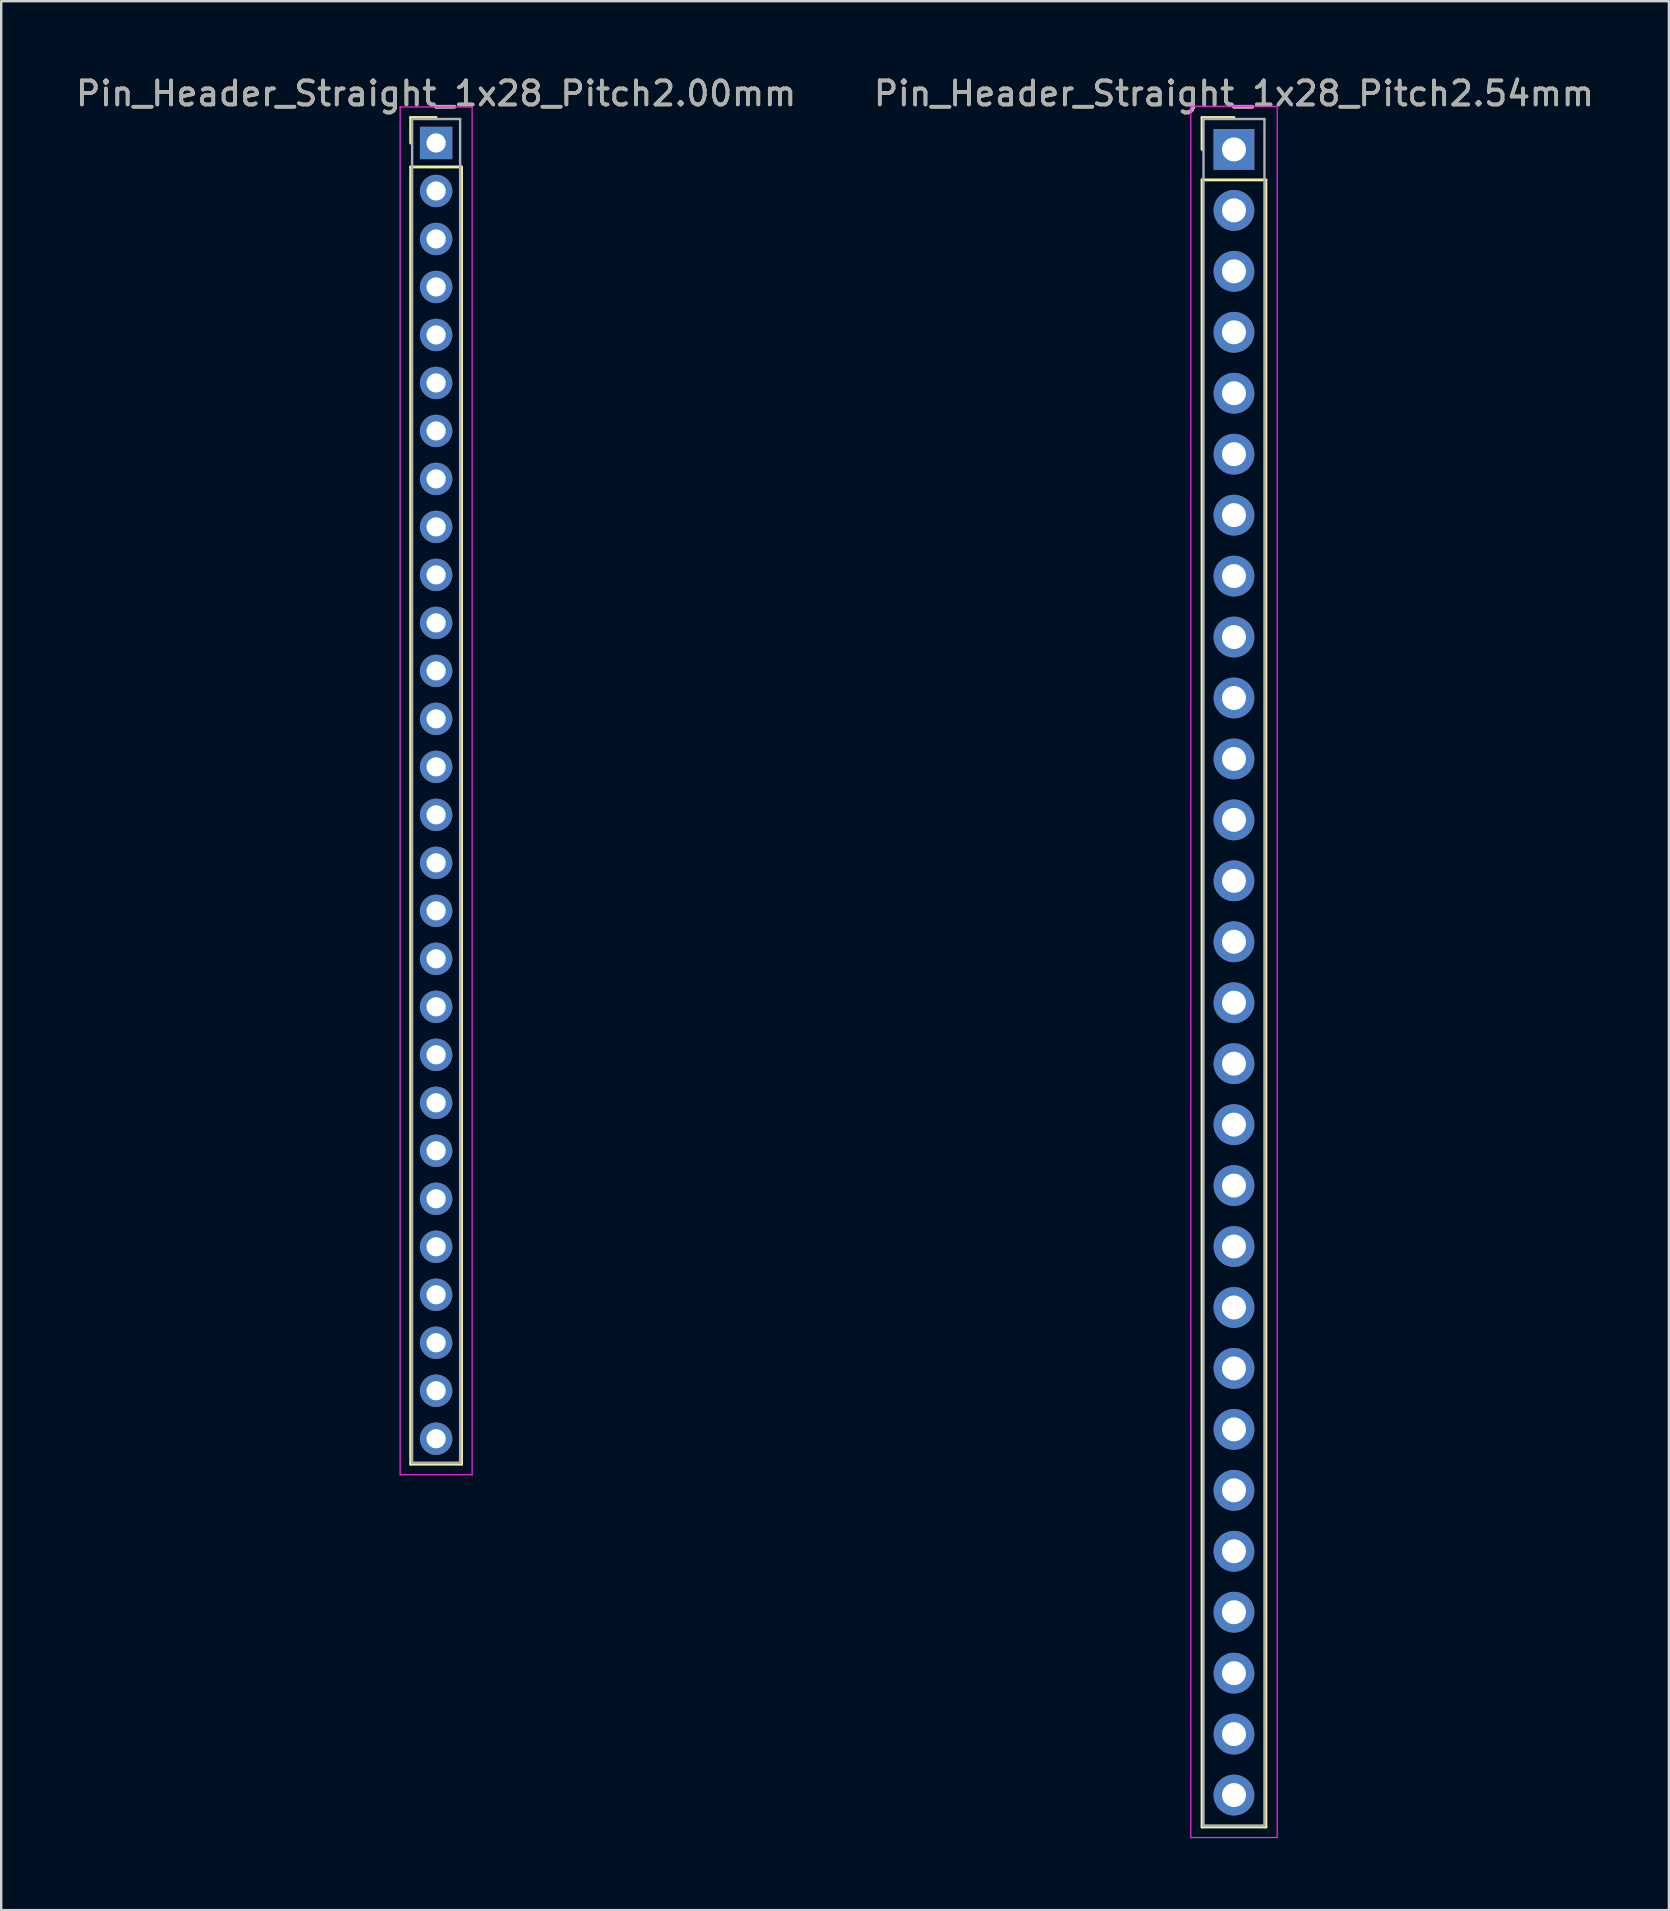
<source format=kicad_pcb>
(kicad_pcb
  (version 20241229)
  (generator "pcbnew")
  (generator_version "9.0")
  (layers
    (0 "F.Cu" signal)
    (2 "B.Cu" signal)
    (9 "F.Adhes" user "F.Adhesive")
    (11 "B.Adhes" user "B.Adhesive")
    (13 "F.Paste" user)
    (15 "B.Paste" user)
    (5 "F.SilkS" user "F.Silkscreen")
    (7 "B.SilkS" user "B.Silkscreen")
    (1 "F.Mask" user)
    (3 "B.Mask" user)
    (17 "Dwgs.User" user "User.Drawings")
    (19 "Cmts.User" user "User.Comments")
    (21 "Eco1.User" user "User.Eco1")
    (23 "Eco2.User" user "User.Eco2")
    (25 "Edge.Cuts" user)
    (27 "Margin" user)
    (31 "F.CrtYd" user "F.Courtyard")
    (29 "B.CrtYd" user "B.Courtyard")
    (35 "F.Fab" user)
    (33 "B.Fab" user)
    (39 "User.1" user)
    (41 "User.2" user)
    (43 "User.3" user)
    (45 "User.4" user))
  (footprint "Pin_Header_Straight_1x28_Pitch2.54mm"
    (layer "F.Cu")
    (at 48.375 3.178)
    (property "Reference" "Pin_Header_Straight_1x28_Pitch2.54mm" (at 0 -2.33 0) (layer "F.SilkS") (effects (font (size 1 1) (thickness 0.15))))
    (attr through_hole)
    (fp_line (start -1.33 -1.33) (end 0 -1.33) (stroke (width 0.12) (type solid)) (layer "F.SilkS"))
    (fp_line (start -1.33 0) (end -1.33 -1.33) (stroke (width 0.12) (type solid)) (layer "F.SilkS"))
    (fp_line (start -1.33 1.27) (end -1.33 69.91) (stroke (width 0.12) (type solid)) (layer "F.SilkS"))
    (fp_line (start -1.33 69.91) (end 1.33 69.91) (stroke (width 0.12) (type solid)) (layer "F.SilkS"))
    (fp_line (start 1.33 1.27) (end -1.33 1.27) (stroke (width 0.12) (type solid)) (layer "F.SilkS"))
    (fp_line (start 1.33 69.91) (end 1.33 1.27) (stroke (width 0.12) (type solid)) (layer "F.SilkS"))
    (fp_line (start -1.8 -1.8) (end -1.8 70.35) (stroke (width 0.05) (type solid)) (layer "F.CrtYd"))
    (fp_line (start -1.8 70.35) (end 1.8 70.35) (stroke (width 0.05) (type solid)) (layer "F.CrtYd"))
    (fp_line (start 1.8 -1.8) (end -1.8 -1.8) (stroke (width 0.05) (type solid)) (layer "F.CrtYd"))
    (fp_line (start 1.8 70.35) (end 1.8 -1.8) (stroke (width 0.05) (type solid)) (layer "F.CrtYd"))
    (fp_line (start -1.27 -1.27) (end -1.27 69.85) (stroke (width 0.1) (type solid)) (layer "F.Fab"))
    (fp_line (start -1.27 69.85) (end 1.27 69.85) (stroke (width 0.1) (type solid)) (layer "F.Fab"))
    (fp_line (start 1.27 -1.27) (end -1.27 -1.27) (stroke (width 0.1) (type solid)) (layer "F.Fab"))
    (fp_line (start 1.27 69.85) (end 1.27 -1.27) (stroke (width 0.1) (type solid)) (layer "F.Fab"))
    (fp_text user "${REFERENCE}" (at 0 -2.33 0) (layer "F.Fab") (effects (font (size 1 1) (thickness 0.15))))
    (pad "1" thru_hole rect (at 0 0) (size 1.7 1.7) (drill 1) (layers "*.Cu" "*.Mask"))
    (pad "2" thru_hole oval (at 0 2.54) (size 1.7 1.7) (drill 1) (layers "*.Cu" "*.Mask"))
    (pad "3" thru_hole oval (at 0 5.08) (size 1.7 1.7) (drill 1) (layers "*.Cu" "*.Mask"))
    (pad "4" thru_hole oval (at 0 7.62) (size 1.7 1.7) (drill 1) (layers "*.Cu" "*.Mask"))
    (pad "5" thru_hole oval (at 0 10.16) (size 1.7 1.7) (drill 1) (layers "*.Cu" "*.Mask"))
    (pad "6" thru_hole oval (at 0 12.7) (size 1.7 1.7) (drill 1) (layers "*.Cu" "*.Mask"))
    (pad "7" thru_hole oval (at 0 15.24) (size 1.7 1.7) (drill 1) (layers "*.Cu" "*.Mask"))
    (pad "8" thru_hole oval (at 0 17.78) (size 1.7 1.7) (drill 1) (layers "*.Cu" "*.Mask"))
    (pad "9" thru_hole oval (at 0 20.32) (size 1.7 1.7) (drill 1) (layers "*.Cu" "*.Mask"))
    (pad "10" thru_hole oval (at 0 22.86) (size 1.7 1.7) (drill 1) (layers "*.Cu" "*.Mask"))
    (pad "11" thru_hole oval (at 0 25.4) (size 1.7 1.7) (drill 1) (layers "*.Cu" "*.Mask"))
    (pad "12" thru_hole oval (at 0 27.94) (size 1.7 1.7) (drill 1) (layers "*.Cu" "*.Mask"))
    (pad "13" thru_hole oval (at 0 30.48) (size 1.7 1.7) (drill 1) (layers "*.Cu" "*.Mask"))
    (pad "14" thru_hole oval (at 0 33.02) (size 1.7 1.7) (drill 1) (layers "*.Cu" "*.Mask"))
    (pad "15" thru_hole oval (at 0 35.56) (size 1.7 1.7) (drill 1) (layers "*.Cu" "*.Mask"))
    (pad "16" thru_hole oval (at 0 38.1) (size 1.7 1.7) (drill 1) (layers "*.Cu" "*.Mask"))
    (pad "17" thru_hole oval (at 0 40.64) (size 1.7 1.7) (drill 1) (layers "*.Cu" "*.Mask"))
    (pad "18" thru_hole oval (at 0 43.18) (size 1.7 1.7) (drill 1) (layers "*.Cu" "*.Mask"))
    (pad "19" thru_hole oval (at 0 45.72) (size 1.7 1.7) (drill 1) (layers "*.Cu" "*.Mask"))
    (pad "20" thru_hole oval (at 0 48.26) (size 1.7 1.7) (drill 1) (layers "*.Cu" "*.Mask"))
    (pad "21" thru_hole oval (at 0 50.8) (size 1.7 1.7) (drill 1) (layers "*.Cu" "*.Mask"))
    (pad "22" thru_hole oval (at 0 53.34) (size 1.7 1.7) (drill 1) (layers "*.Cu" "*.Mask"))
    (pad "23" thru_hole oval (at 0 55.88) (size 1.7 1.7) (drill 1) (layers "*.Cu" "*.Mask"))
    (pad "24" thru_hole oval (at 0 58.42) (size 1.7 1.7) (drill 1) (layers "*.Cu" "*.Mask"))
    (pad "25" thru_hole oval (at 0 60.96) (size 1.7 1.7) (drill 1) (layers "*.Cu" "*.Mask"))
    (pad "26" thru_hole oval (at 0 63.5) (size 1.7 1.7) (drill 1) (layers "*.Cu" "*.Mask"))
    (pad "27" thru_hole oval (at 0 66.04) (size 1.7 1.7) (drill 1) (layers "*.Cu" "*.Mask"))
    (pad "28" thru_hole oval (at 0 68.58) (size 1.7 1.7) (drill 1) (layers "*.Cu" "*.Mask")))
  (footprint "Pin_Header_Straight_1x28_Pitch2.00mm"
    (layer "F.Cu")
    (at 15.125 2.908)
    (property "Reference" "Pin_Header_Straight_1x28_Pitch2.00mm" (at 0 -2.06 0) (layer "F.SilkS") (effects (font (size 1 1) (thickness 0.15))))
    (attr through_hole)
    (fp_line (start -1.06 -1.06) (end 0 -1.06) (stroke (width 0.12) (type solid)) (layer "F.SilkS"))
    (fp_line (start -1.06 0) (end -1.06 -1.06) (stroke (width 0.12) (type solid)) (layer "F.SilkS"))
    (fp_line (start -1.06 1) (end -1.06 55.06) (stroke (width 0.12) (type solid)) (layer "F.SilkS"))
    (fp_line (start -1.06 55.06) (end 1.06 55.06) (stroke (width 0.12) (type solid)) (layer "F.SilkS"))
    (fp_line (start 1.06 1) (end -1.06 1) (stroke (width 0.12) (type solid)) (layer "F.SilkS"))
    (fp_line (start 1.06 55.06) (end 1.06 1) (stroke (width 0.12) (type solid)) (layer "F.SilkS"))
    (fp_line (start -1.5 -1.5) (end -1.5 55.5) (stroke (width 0.05) (type solid)) (layer "F.CrtYd"))
    (fp_line (start -1.5 55.5) (end 1.5 55.5) (stroke (width 0.05) (type solid)) (layer "F.CrtYd"))
    (fp_line (start 1.5 -1.5) (end -1.5 -1.5) (stroke (width 0.05) (type solid)) (layer "F.CrtYd"))
    (fp_line (start 1.5 55.5) (end 1.5 -1.5) (stroke (width 0.05) (type solid)) (layer "F.CrtYd"))
    (fp_line (start -1 -1) (end -1 55) (stroke (width 0.1) (type solid)) (layer "F.Fab"))
    (fp_line (start -1 55) (end 1 55) (stroke (width 0.1) (type solid)) (layer "F.Fab"))
    (fp_line (start 1 -1) (end -1 -1) (stroke (width 0.1) (type solid)) (layer "F.Fab"))
    (fp_line (start 1 55) (end 1 -1) (stroke (width 0.1) (type solid)) (layer "F.Fab"))
    (fp_text user "${REFERENCE}" (at 0 -2.06 0) (layer "F.Fab") (effects (font (size 1 1) (thickness 0.15))))
    (pad "1" thru_hole rect (at 0 0) (size 1.35 1.35) (drill 0.8) (layers "*.Cu" "*.Mask"))
    (pad "2" thru_hole oval (at 0 2) (size 1.35 1.35) (drill 0.8) (layers "*.Cu" "*.Mask"))
    (pad "3" thru_hole oval (at 0 4) (size 1.35 1.35) (drill 0.8) (layers "*.Cu" "*.Mask"))
    (pad "4" thru_hole oval (at 0 6) (size 1.35 1.35) (drill 0.8) (layers "*.Cu" "*.Mask"))
    (pad "5" thru_hole oval (at 0 8) (size 1.35 1.35) (drill 0.8) (layers "*.Cu" "*.Mask"))
    (pad "6" thru_hole oval (at 0 10) (size 1.35 1.35) (drill 0.8) (layers "*.Cu" "*.Mask"))
    (pad "7" thru_hole oval (at 0 12) (size 1.35 1.35) (drill 0.8) (layers "*.Cu" "*.Mask"))
    (pad "8" thru_hole oval (at 0 14) (size 1.35 1.35) (drill 0.8) (layers "*.Cu" "*.Mask"))
    (pad "9" thru_hole oval (at 0 16) (size 1.35 1.35) (drill 0.8) (layers "*.Cu" "*.Mask"))
    (pad "10" thru_hole oval (at 0 18) (size 1.35 1.35) (drill 0.8) (layers "*.Cu" "*.Mask"))
    (pad "11" thru_hole oval (at 0 20) (size 1.35 1.35) (drill 0.8) (layers "*.Cu" "*.Mask"))
    (pad "12" thru_hole oval (at 0 22) (size 1.35 1.35) (drill 0.8) (layers "*.Cu" "*.Mask"))
    (pad "13" thru_hole oval (at 0 24) (size 1.35 1.35) (drill 0.8) (layers "*.Cu" "*.Mask"))
    (pad "14" thru_hole oval (at 0 26) (size 1.35 1.35) (drill 0.8) (layers "*.Cu" "*.Mask"))
    (pad "15" thru_hole oval (at 0 28) (size 1.35 1.35) (drill 0.8) (layers "*.Cu" "*.Mask"))
    (pad "16" thru_hole oval (at 0 30) (size 1.35 1.35) (drill 0.8) (layers "*.Cu" "*.Mask"))
    (pad "17" thru_hole oval (at 0 32) (size 1.35 1.35) (drill 0.8) (layers "*.Cu" "*.Mask"))
    (pad "18" thru_hole oval (at 0 34) (size 1.35 1.35) (drill 0.8) (layers "*.Cu" "*.Mask"))
    (pad "19" thru_hole oval (at 0 36) (size 1.35 1.35) (drill 0.8) (layers "*.Cu" "*.Mask"))
    (pad "20" thru_hole oval (at 0 38) (size 1.35 1.35) (drill 0.8) (layers "*.Cu" "*.Mask"))
    (pad "21" thru_hole oval (at 0 40) (size 1.35 1.35) (drill 0.8) (layers "*.Cu" "*.Mask"))
    (pad "22" thru_hole oval (at 0 42) (size 1.35 1.35) (drill 0.8) (layers "*.Cu" "*.Mask"))
    (pad "23" thru_hole oval (at 0 44) (size 1.35 1.35) (drill 0.8) (layers "*.Cu" "*.Mask"))
    (pad "24" thru_hole oval (at 0 46) (size 1.35 1.35) (drill 0.8) (layers "*.Cu" "*.Mask"))
    (pad "25" thru_hole oval (at 0 48) (size 1.35 1.35) (drill 0.8) (layers "*.Cu" "*.Mask"))
    (pad "26" thru_hole oval (at 0 50) (size 1.35 1.35) (drill 0.8) (layers "*.Cu" "*.Mask"))
    (pad "27" thru_hole oval (at 0 52) (size 1.35 1.35) (drill 0.8) (layers "*.Cu" "*.Mask"))
    (pad "28" thru_hole oval (at 0 54) (size 1.35 1.35) (drill 0.8) (layers "*.Cu" "*.Mask")))
  (gr_rect
    (start -3 -3)
    (end 66.5 76.553)
    (stroke (width 0.1) (type default))
    (fill no)
    (layer "Edge.Cuts")))
</source>
